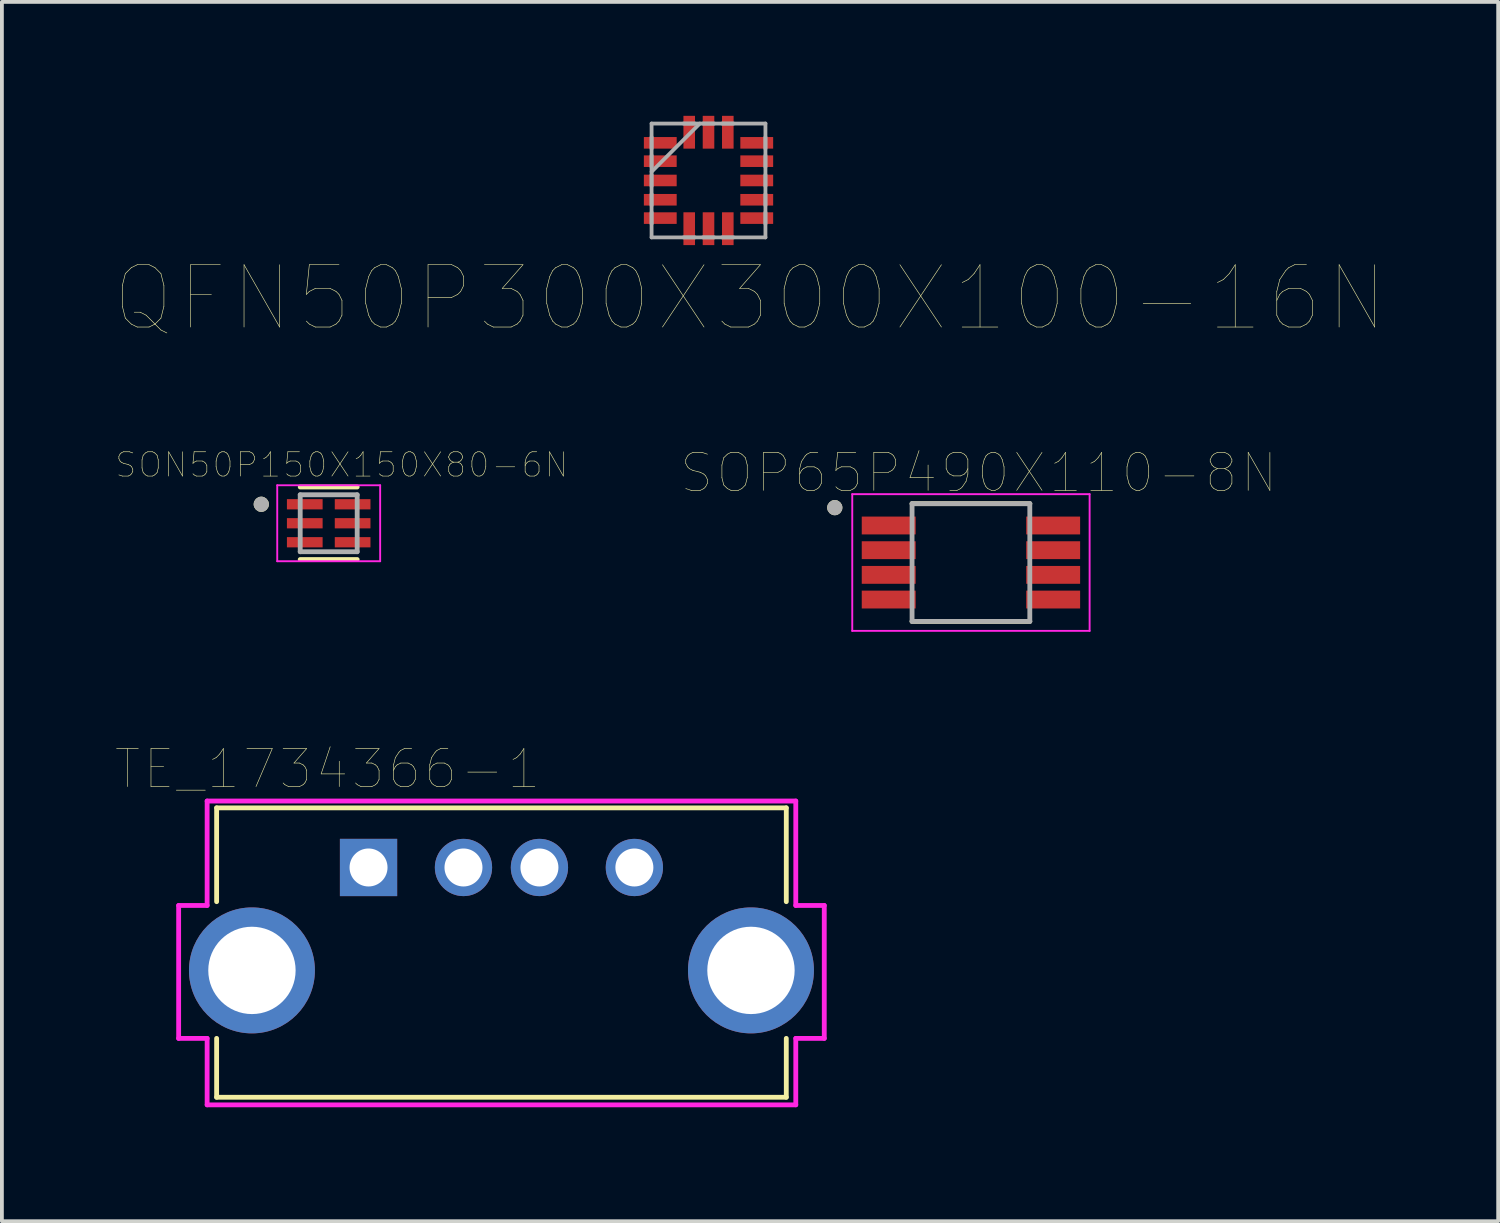
<source format=kicad_pcb>
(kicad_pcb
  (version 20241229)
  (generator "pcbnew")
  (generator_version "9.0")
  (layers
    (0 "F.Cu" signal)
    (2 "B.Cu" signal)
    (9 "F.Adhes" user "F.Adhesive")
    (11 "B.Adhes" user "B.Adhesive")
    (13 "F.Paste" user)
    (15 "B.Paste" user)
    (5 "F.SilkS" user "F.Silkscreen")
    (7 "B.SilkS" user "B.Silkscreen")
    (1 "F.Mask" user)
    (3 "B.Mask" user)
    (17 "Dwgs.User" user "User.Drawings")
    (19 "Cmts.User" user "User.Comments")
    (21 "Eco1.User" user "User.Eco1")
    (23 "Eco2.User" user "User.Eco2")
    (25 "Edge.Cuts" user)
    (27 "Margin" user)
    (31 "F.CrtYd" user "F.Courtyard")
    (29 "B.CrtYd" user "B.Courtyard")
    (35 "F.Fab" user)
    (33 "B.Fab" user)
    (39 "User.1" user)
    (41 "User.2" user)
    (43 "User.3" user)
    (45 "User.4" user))
  (footprint "SON50P150X150X80-6N"
    (layer "F.Cu")
    (at 5.605 10.728)
    (property "Reference" "SON50P150X150X80-6N" (at 0.342 -1.538 0) (layer "F.SilkS") (effects (font (size 0.64 0.64) (thickness 0.015))))
    (attr through_hole)
    (fp_line (start -0.75 -0.955) (end 0.75 -0.955) (stroke (width 0.127) (type solid)) (layer "F.SilkS"))
    (fp_line (start -0.75 0.955) (end 0.75 0.955) (stroke (width 0.127) (type solid)) (layer "F.SilkS"))
    (fp_circle (center -1.775 -0.5) (end -1.675 -0.5) (stroke (width 0.2) (type solid)) (fill no) (layer "F.SilkS"))
    (fp_line (start -1.355 -1) (end -1.355 1) (stroke (width 0.05) (type solid)) (layer "F.CrtYd"))
    (fp_line (start -1.355 -1) (end 1.355 -1) (stroke (width 0.05) (type solid)) (layer "F.CrtYd"))
    (fp_line (start -1.355 1) (end 1.355 1) (stroke (width 0.05) (type solid)) (layer "F.CrtYd"))
    (fp_line (start 1.355 -1) (end 1.355 1) (stroke (width 0.05) (type solid)) (layer "F.CrtYd"))
    (fp_line (start -0.75 -0.75) (end -0.75 0.75) (stroke (width 0.127) (type solid)) (layer "F.Fab"))
    (fp_line (start -0.75 -0.75) (end 0.75 -0.75) (stroke (width 0.127) (type solid)) (layer "F.Fab"))
    (fp_line (start -0.75 0.75) (end 0.75 0.75) (stroke (width 0.127) (type solid)) (layer "F.Fab"))
    (fp_line (start 0.75 -0.75) (end 0.75 0.75) (stroke (width 0.127) (type solid)) (layer "F.Fab"))
    (fp_circle (center -1.775 -0.5) (end -1.675 -0.5) (stroke (width 0.2) (type solid)) (fill no) (layer "F.Fab"))
    (pad "1" smd rect (at -0.63 -0.5) (size 0.94 0.27) (layers "F.Cu" "F.Mask" "F.Paste"))
    (pad "2" smd rect (at -0.63 0) (size 0.94 0.27) (layers "F.Cu" "F.Mask" "F.Paste"))
    (pad "3" smd rect (at -0.63 0.5) (size 0.94 0.27) (layers "F.Cu" "F.Mask" "F.Paste"))
    (pad "4" smd rect (at 0.63 0.5) (size 0.94 0.27) (layers "F.Cu" "F.Mask" "F.Paste"))
    (pad "5" smd rect (at 0.63 0) (size 0.94 0.27) (layers "F.Cu" "F.Mask" "F.Paste"))
    (pad "6" smd rect (at 0.63 -0.5) (size 0.94 0.27) (layers "F.Cu" "F.Mask" "F.Paste")))
  (footprint "TE_1734366-1"
    (layer "F.Cu")
    (at 10.154 19.792)
    (property "Reference" "TE_1734366-1" (at -4.581 -2.593 0) (layer "F.SilkS") (effects (font (size 1.001 1.001) (thickness 0.015))))
    (attr through_hole)
    (fp_line (start -7.5 -1.57) (end 7.5 -1.57) (stroke (width 0.127) (type solid)) (layer "F.SilkS"))
    (fp_line (start -7.5 0.9) (end -7.5 -1.57) (stroke (width 0.127) (type solid)) (layer "F.SilkS"))
    (fp_line (start -7.5 6.05) (end -7.5 4.5) (stroke (width 0.127) (type solid)) (layer "F.SilkS"))
    (fp_line (start 7.5 -1.57) (end 7.5 0.9) (stroke (width 0.127) (type solid)) (layer "F.SilkS"))
    (fp_line (start 7.5 4.5) (end 7.5 6.05) (stroke (width 0.127) (type solid)) (layer "F.SilkS"))
    (fp_line (start 7.5 6.05) (end -7.5 6.05) (stroke (width 0.127) (type solid)) (layer "F.SilkS"))
    (fp_line (start -8.5 1) (end -7.75 1) (stroke (width 0.127) (type solid)) (layer "F.CrtYd"))
    (fp_line (start -8.5 4.5) (end -8.5 1) (stroke (width 0.127) (type solid)) (layer "F.CrtYd"))
    (fp_line (start -7.75 -1.75) (end 7.75 -1.75) (stroke (width 0.127) (type solid)) (layer "F.CrtYd"))
    (fp_line (start -7.75 1) (end -7.75 -1.75) (stroke (width 0.127) (type solid)) (layer "F.CrtYd"))
    (fp_line (start -7.75 4.5) (end -8.5 4.5) (stroke (width 0.127) (type solid)) (layer "F.CrtYd"))
    (fp_line (start -7.75 6.25) (end -7.75 4.5) (stroke (width 0.127) (type solid)) (layer "F.CrtYd"))
    (fp_line (start 7.75 -1.75) (end 7.75 1) (stroke (width 0.127) (type solid)) (layer "F.CrtYd"))
    (fp_line (start 7.75 1) (end 8.5 1) (stroke (width 0.127) (type solid)) (layer "F.CrtYd"))
    (fp_line (start 7.75 4.5) (end 7.75 6.25) (stroke (width 0.127) (type solid)) (layer "F.CrtYd"))
    (fp_line (start 7.75 6.25) (end -7.75 6.25) (stroke (width 0.127) (type solid)) (layer "F.CrtYd"))
    (fp_line (start 8.5 1) (end 8.5 4.5) (stroke (width 0.127) (type solid)) (layer "F.CrtYd"))
    (fp_line (start 8.5 4.5) (end 7.75 4.5) (stroke (width 0.127) (type solid)) (layer "F.CrtYd"))
    (pad "1" thru_hole rect (at -3.5 0) (size 1.508 1.508) (drill 1) (layers "*.Cu" "*.Mask"))
    (pad "2" thru_hole circle (at -1 0) (size 1.508 1.508) (drill 1) (layers "*.Cu" "*.Mask"))
    (pad "3" thru_hole circle (at 1 0) (size 1.508 1.508) (drill 1) (layers "*.Cu" "*.Mask"))
    (pad "4" thru_hole circle (at 3.5 0) (size 1.508 1.508) (drill 1) (layers "*.Cu" "*.Mask"))
    (pad "S1" thru_hole circle (at -6.57 2.71) (size 3.316 3.316) (drill 2.3) (layers "*.Cu" "*.Mask"))
    (pad "S2" thru_hole circle (at 6.57 2.71) (size 3.316 3.316) (drill 2.3) (layers "*.Cu" "*.Mask")))
  (footprint "SOP65P490X110-8N"
    (layer "F.Cu")
    (at 22.516 11.762)
    (property "Reference" "SOP65P490X110-8N" (at 0.205 -2.362 0) (layer "F.SilkS") (effects (font (size 1 1) (thickness 0.015))))
    (attr through_hole)
    (fp_line (start -1.55 -1.55) (end 1.55 -1.55) (stroke (width 0.127) (type solid)) (layer "F.SilkS"))
    (fp_line (start -1.55 1.55) (end 1.55 1.55) (stroke (width 0.127) (type solid)) (layer "F.SilkS"))
    (fp_circle (center -3.585 -1.445) (end -3.485 -1.445) (stroke (width 0.2) (type solid)) (fill no) (layer "F.SilkS"))
    (fp_line (start -3.125 -1.8) (end -3.125 1.8) (stroke (width 0.05) (type solid)) (layer "F.CrtYd"))
    (fp_line (start -3.125 -1.8) (end 3.125 -1.8) (stroke (width 0.05) (type solid)) (layer "F.CrtYd"))
    (fp_line (start -3.125 1.8) (end 3.125 1.8) (stroke (width 0.05) (type solid)) (layer "F.CrtYd"))
    (fp_line (start 3.125 -1.8) (end 3.125 1.8) (stroke (width 0.05) (type solid)) (layer "F.CrtYd"))
    (fp_line (start -1.55 -1.55) (end -1.55 1.55) (stroke (width 0.127) (type solid)) (layer "F.Fab"))
    (fp_line (start -1.55 -1.55) (end 1.55 -1.55) (stroke (width 0.127) (type solid)) (layer "F.Fab"))
    (fp_line (start -1.55 1.55) (end 1.55 1.55) (stroke (width 0.127) (type solid)) (layer "F.Fab"))
    (fp_line (start 1.55 -1.55) (end 1.55 1.55) (stroke (width 0.127) (type solid)) (layer "F.Fab"))
    (fp_circle (center -3.585 -1.445) (end -3.485 -1.445) (stroke (width 0.2) (type solid)) (fill no) (layer "F.Fab"))
    (pad "1" smd rect (at -2.165 -0.975) (size 1.42 0.47) (layers "F.Cu" "F.Mask" "F.Paste"))
    (pad "2" smd rect (at -2.165 -0.325) (size 1.42 0.47) (layers "F.Cu" "F.Mask" "F.Paste"))
    (pad "3" smd rect (at -2.165 0.325) (size 1.42 0.47) (layers "F.Cu" "F.Mask" "F.Paste"))
    (pad "4" smd rect (at -2.165 0.975) (size 1.42 0.47) (layers "F.Cu" "F.Mask" "F.Paste"))
    (pad "5" smd rect (at 2.165 0.975) (size 1.42 0.47) (layers "F.Cu" "F.Mask" "F.Paste"))
    (pad "6" smd rect (at 2.165 0.325) (size 1.42 0.47) (layers "F.Cu" "F.Mask" "F.Paste"))
    (pad "7" smd rect (at 2.165 -0.325) (size 1.42 0.47) (layers "F.Cu" "F.Mask" "F.Paste"))
    (pad "8" smd rect (at 2.165 -0.975) (size 1.42 0.47) (layers "F.Cu" "F.Mask" "F.Paste")))
  (footprint "QFN50P300X300X100-16N"
    (layer "F.Cu")
    (at 15.606 1.702)
    (property "Reference" "QFN50P300X300X100-16N" (at 1.093 3.101 0) (layer "F.SilkS") (effects (font (size 1.641 1.641) (thickness 0.015))))
    (attr through_hole)
    (fp_line (start -1.499 -1.499) (end -1.499 1.499) (stroke (width 0.1) (type solid)) (layer "F.Fab"))
    (fp_line (start -1.499 -1.143) (end -1.499 -0.838) (stroke (width 0.1) (type solid)) (layer "F.Fab"))
    (fp_line (start -1.499 -0.66) (end -1.499 -0.356) (stroke (width 0.1) (type solid)) (layer "F.Fab"))
    (fp_line (start -1.499 -0.229) (end -0.229 -1.499) (stroke (width 0.1) (type solid)) (layer "F.Fab"))
    (fp_line (start -1.499 -0.152) (end -1.499 0.152) (stroke (width 0.1) (type solid)) (layer "F.Fab"))
    (fp_line (start -1.499 0.356) (end -1.499 0.66) (stroke (width 0.1) (type solid)) (layer "F.Fab"))
    (fp_line (start -1.499 0.838) (end -1.499 1.143) (stroke (width 0.1) (type solid)) (layer "F.Fab"))
    (fp_line (start -1.499 1.499) (end 1.499 1.499) (stroke (width 0.1) (type solid)) (layer "F.Fab"))
    (fp_line (start -0.66 1.499) (end -0.356 1.499) (stroke (width 0.1) (type solid)) (layer "F.Fab"))
    (fp_line (start -0.356 -1.499) (end -0.66 -1.499) (stroke (width 0.1) (type solid)) (layer "F.Fab"))
    (fp_line (start -0.152 1.499) (end 0.152 1.499) (stroke (width 0.1) (type solid)) (layer "F.Fab"))
    (fp_line (start 0.152 -1.499) (end -0.152 -1.499) (stroke (width 0.1) (type solid)) (layer "F.Fab"))
    (fp_line (start 0.356 1.499) (end 0.66 1.499) (stroke (width 0.1) (type solid)) (layer "F.Fab"))
    (fp_line (start 0.66 -1.499) (end 0.356 -1.499) (stroke (width 0.1) (type solid)) (layer "F.Fab"))
    (fp_line (start 1.499 -1.499) (end -1.499 -1.499) (stroke (width 0.1) (type solid)) (layer "F.Fab"))
    (fp_line (start 1.499 -0.838) (end 1.499 -1.143) (stroke (width 0.1) (type solid)) (layer "F.Fab"))
    (fp_line (start 1.499 -0.356) (end 1.499 -0.66) (stroke (width 0.1) (type solid)) (layer "F.Fab"))
    (fp_line (start 1.499 0.152) (end 1.499 -0.152) (stroke (width 0.1) (type solid)) (layer "F.Fab"))
    (fp_line (start 1.499 0.66) (end 1.499 0.356) (stroke (width 0.1) (type solid)) (layer "F.Fab"))
    (fp_line (start 1.499 1.143) (end 1.499 0.838) (stroke (width 0.1) (type solid)) (layer "F.Fab"))
    (fp_line (start 1.499 1.499) (end 1.499 -1.499) (stroke (width 0.1) (type solid)) (layer "F.Fab"))
    (pad "1" smd rect (at -1.27 -0.991) (size 0.864 0.305) (layers "F.Cu" "F.Mask" "F.Paste"))
    (pad "2" smd rect (at -1.27 -0.508) (size 0.864 0.305) (layers "F.Cu" "F.Mask" "F.Paste"))
    (pad "3" smd rect (at -1.27 0) (size 0.864 0.305) (layers "F.Cu" "F.Mask" "F.Paste"))
    (pad "4" smd rect (at -1.27 0.508) (size 0.864 0.305) (layers "F.Cu" "F.Mask" "F.Paste"))
    (pad "5" smd rect (at -1.27 0.991) (size 0.864 0.305) (layers "F.Cu" "F.Mask" "F.Paste"))
    (pad "6" smd rect (at -0.508 1.27) (size 0.305 0.864) (layers "F.Cu" "F.Mask" "F.Paste"))
    (pad "7" smd rect (at 0 1.27) (size 0.305 0.864) (layers "F.Cu" "F.Mask" "F.Paste"))
    (pad "8" smd rect (at 0.508 1.27) (size 0.305 0.864) (layers "F.Cu" "F.Mask" "F.Paste"))
    (pad "9" smd rect (at 1.27 0.991) (size 0.864 0.305) (layers "F.Cu" "F.Mask" "F.Paste"))
    (pad "10" smd rect (at 1.27 0.508) (size 0.864 0.305) (layers "F.Cu" "F.Mask" "F.Paste"))
    (pad "11" smd rect (at 1.27 0) (size 0.864 0.305) (layers "F.Cu" "F.Mask" "F.Paste"))
    (pad "12" smd rect (at 1.27 -0.508) (size 0.864 0.305) (layers "F.Cu" "F.Mask" "F.Paste"))
    (pad "13" smd rect (at 1.27 -0.991) (size 0.864 0.305) (layers "F.Cu" "F.Mask" "F.Paste"))
    (pad "14" smd rect (at 0.508 -1.27) (size 0.305 0.864) (layers "F.Cu" "F.Mask" "F.Paste"))
    (pad "15" smd rect (at 0 -1.27) (size 0.305 0.864) (layers "F.Cu" "F.Mask" "F.Paste"))
    (pad "16" smd rect (at -0.508 -1.27) (size 0.305 0.864) (layers "F.Cu" "F.Mask" "F.Paste")))
  (gr_rect
    (start -3 -3)
    (end 36.399 29.106)
    (stroke (width 0.1) (type default))
    (fill no)
    (layer "Edge.Cuts")))
</source>
